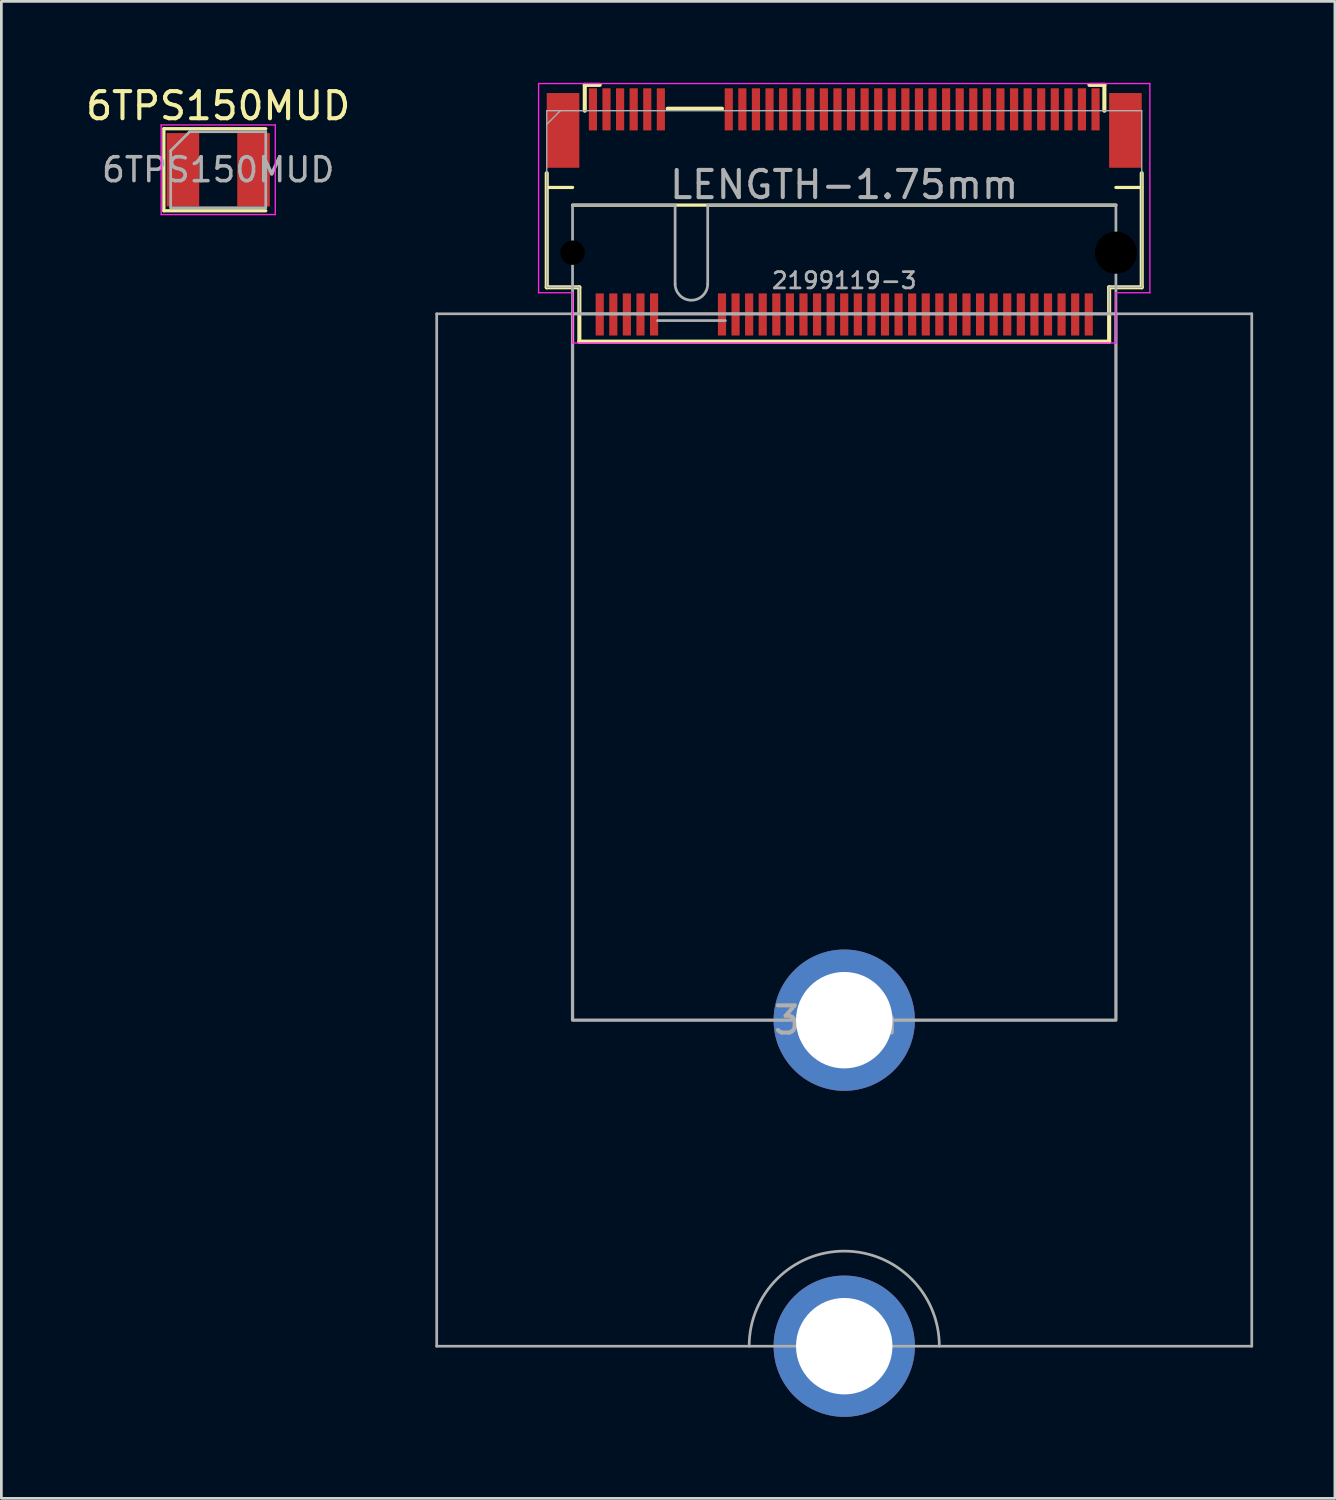
<source format=kicad_pcb>
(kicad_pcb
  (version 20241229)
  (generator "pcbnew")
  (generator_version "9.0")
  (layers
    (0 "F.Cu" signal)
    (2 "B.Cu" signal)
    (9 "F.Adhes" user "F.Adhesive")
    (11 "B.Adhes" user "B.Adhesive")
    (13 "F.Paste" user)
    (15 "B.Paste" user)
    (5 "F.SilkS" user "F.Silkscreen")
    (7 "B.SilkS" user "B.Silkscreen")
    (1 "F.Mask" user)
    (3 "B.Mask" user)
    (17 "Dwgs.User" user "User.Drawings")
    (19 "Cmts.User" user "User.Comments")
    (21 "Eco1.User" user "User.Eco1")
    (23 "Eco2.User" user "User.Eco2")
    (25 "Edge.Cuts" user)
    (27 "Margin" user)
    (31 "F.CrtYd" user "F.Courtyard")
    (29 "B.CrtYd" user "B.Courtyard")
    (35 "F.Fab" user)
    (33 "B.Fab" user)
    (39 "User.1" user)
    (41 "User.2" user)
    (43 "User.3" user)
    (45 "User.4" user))
  (footprint "6TPS150MUD"
    (layer "F.Cu")
    (at 4.982 3.198)
    (property "Reference" "6TPS150MUD" (at 0 -2.35 0) (layer "F.SilkS") (effects (font (size 1 1) (thickness 0.15))))
    (attr smd)
    (fp_line (start -2 -1.51) (end -2 1.51) (stroke (width 0.12) (type solid)) (layer "F.SilkS"))
    (fp_line (start -2 1.51) (end 1.75 1.51) (stroke (width 0.12) (type solid)) (layer "F.SilkS"))
    (fp_line (start 1.75 -1.51) (end -2 -1.51) (stroke (width 0.12) (type solid)) (layer "F.SilkS"))
    (fp_line (start -2.1 -1.65) (end 2.1 -1.65) (stroke (width 0.05) (type solid)) (layer "F.CrtYd"))
    (fp_line (start -2.1 1.65) (end -2.1 -1.65) (stroke (width 0.05) (type solid)) (layer "F.CrtYd"))
    (fp_line (start 2.1 -1.65) (end 2.1 1.65) (stroke (width 0.05) (type solid)) (layer "F.CrtYd"))
    (fp_line (start 2.1 1.65) (end -2.1 1.65) (stroke (width 0.05) (type solid)) (layer "F.CrtYd"))
    (fp_line (start -1.75 -0.7) (end -1.75 1.4) (stroke (width 0.1) (type solid)) (layer "F.Fab"))
    (fp_line (start -1.75 1.4) (end 1.75 1.4) (stroke (width 0.1) (type solid)) (layer "F.Fab"))
    (fp_line (start -1.05 -1.4) (end -1.75 -0.7) (stroke (width 0.1) (type solid)) (layer "F.Fab"))
    (fp_line (start 1.75 -1.4) (end -1.05 -1.4) (stroke (width 0.1) (type solid)) (layer "F.Fab"))
    (fp_line (start 1.75 1.4) (end 1.75 -1.4) (stroke (width 0.1) (type solid)) (layer "F.Fab"))
    (fp_text user "${REFERENCE}" (at 0 0 0) (layer "F.Fab") (effects (font (size 0.88 0.88) (thickness 0.13))))
    (pad "1" smd rect (at -1.3 0) (size 1.2 2.7) (layers "F.Cu" "F.Mask" "F.Paste"))
    (pad "2" smd rect (at 1.3 0) (size 1.2 2.7) (layers "F.Cu" "F.Mask" "F.Paste")))
  (footprint "2199119-3"
    (layer "F.Cu")
    (at 28.024 6.25)
    (property "Reference" "2199119-3" (at 0 1.025 0) (layer "F.Fab") (effects (font (size 0.6 0.6) (thickness 0.1))))
    (attr smd)
    (fp_line (start -10.95 1.275) (end -10.95 -2.925) (stroke (width 0.15) (type solid)) (layer "F.SilkS"))
    (fp_line (start -10 -2.4) (end -10.95 -2.4) (stroke (width 0.12) (type solid)) (layer "F.SilkS"))
    (fp_line (start -10 -1.75) (end 10 -1.75) (stroke (width 0.12) (type default)) (layer "F.SilkS"))
    (fp_line (start -9.75 1.275) (end -10.95 1.275) (stroke (width 0.15) (type solid)) (layer "F.SilkS"))
    (fp_line (start -9.75 3.275) (end -9.75 1.275) (stroke (width 0.15) (type solid)) (layer "F.SilkS"))
    (fp_line (start -9.55 -6.175) (end -9 -6.175) (stroke (width 0.15) (type solid)) (layer "F.SilkS"))
    (fp_line (start -9.55 -5.225) (end -9.55 -6.175) (stroke (width 0.15) (type solid)) (layer "F.SilkS"))
    (fp_line (start -6.5 -5.3) (end -4.5 -5.3) (stroke (width 0.15) (type solid)) (layer "F.SilkS"))
    (fp_line (start 9.025 -6.175) (end 9.575 -6.175) (stroke (width 0.15) (type solid)) (layer "F.SilkS"))
    (fp_line (start 9.575 -5.225) (end 9.575 -6.175) (stroke (width 0.15) (type solid)) (layer "F.SilkS"))
    (fp_line (start 9.75 1.275) (end 9.75 3.275) (stroke (width 0.15) (type solid)) (layer "F.SilkS"))
    (fp_line (start 9.75 3.275) (end -9.75 3.275) (stroke (width 0.15) (type solid)) (layer "F.SilkS"))
    (fp_line (start 10 -2.4) (end 10.95 -2.4) (stroke (width 0.12) (type solid)) (layer "F.SilkS"))
    (fp_line (start 10.95 1.275) (end 9.75 1.275) (stroke (width 0.15) (type solid)) (layer "F.SilkS"))
    (fp_line (start 10.95 1.275) (end 10.95 -2.925) (stroke (width 0.15) (type solid)) (layer "F.SilkS"))
    (fp_line (start -11.25 -6.225) (end 11.25 -6.225) (stroke (width 0.05) (type solid)) (layer "F.CrtYd"))
    (fp_line (start -11.25 1.475) (end -11.25 -6.225) (stroke (width 0.05) (type solid)) (layer "F.CrtYd"))
    (fp_line (start -10 1.475) (end -11.25 1.475) (stroke (width 0.05) (type solid)) (layer "F.CrtYd"))
    (fp_line (start -10 3.325) (end -10 1.475) (stroke (width 0.05) (type solid)) (layer "F.CrtYd"))
    (fp_line (start 10 1.475) (end 10 3.325) (stroke (width 0.05) (type solid)) (layer "F.CrtYd"))
    (fp_line (start 10 3.325) (end -10 3.325) (stroke (width 0.05) (type solid)) (layer "F.CrtYd"))
    (fp_line (start 11.25 -6.225) (end 11.25 1.475) (stroke (width 0.05) (type solid)) (layer "F.CrtYd"))
    (fp_line (start 11.25 1.475) (end 10 1.475) (stroke (width 0.05) (type solid)) (layer "F.CrtYd"))
    (fp_line (start -15 2.25) (end -15 40.25) (stroke (width 0.1) (type solid)) (layer "F.Fab"))
    (fp_line (start -10.95 -5.225) (end -10.95 1.275) (stroke (width 0.05) (type solid)) (layer "F.Fab"))
    (fp_line (start -10.95 -5.225) (end 10.95 -5.225) (stroke (width 0.05) (type solid)) (layer "F.Fab"))
    (fp_line (start -10.95 -4.725) (end -10.45 -5.225) (stroke (width 0.05) (type solid)) (layer "F.Fab"))
    (fp_line (start -10.95 1.275) (end -9.75 1.275) (stroke (width 0.05) (type solid)) (layer "F.Fab"))
    (fp_line (start -10 -1.75) (end -10 2.25) (stroke (width 0.1) (type solid)) (layer "F.Fab"))
    (fp_line (start -10 2.25) (end -15 2.25) (stroke (width 0.1) (type solid)) (layer "F.Fab"))
    (fp_line (start -9.75 1.275) (end -9.75 2.275) (stroke (width 0.05) (type solid)) (layer "F.Fab"))
    (fp_line (start -9.75 2.275) (end 9.75 2.275) (stroke (width 0.05) (type solid)) (layer "F.Fab"))
    (fp_line (start -6.875 2.5) (end -4.375 2.5) (stroke (width 0.1) (type solid)) (layer "F.Fab"))
    (fp_line (start -6.225 -1.75) (end -10 -1.75) (stroke (width 0.1) (type solid)) (layer "F.Fab"))
    (fp_line (start -6.225 1.15) (end -6.225 -1.75) (stroke (width 0.1) (type solid)) (layer "F.Fab"))
    (fp_line (start -5.025 -1.75) (end -5.025 1.15) (stroke (width 0.1) (type solid)) (layer "F.Fab"))
    (fp_line (start -5.025 -1.75) (end 10 -1.75) (stroke (width 0.1) (type solid)) (layer "F.Fab"))
    (fp_line (start 9.75 1.275) (end 9.75 2.275) (stroke (width 0.05) (type solid)) (layer "F.Fab"))
    (fp_line (start 10 -1.75) (end 10 2.25) (stroke (width 0.1) (type solid)) (layer "F.Fab"))
    (fp_line (start 10 2.25) (end 15 2.25) (stroke (width 0.1) (type solid)) (layer "F.Fab"))
    (fp_line (start 10.95 1.275) (end 9.75 1.275) (stroke (width 0.05) (type solid)) (layer "F.Fab"))
    (fp_line (start 10.95 1.275) (end 10.95 -5.225) (stroke (width 0.05) (type solid)) (layer "F.Fab"))
    (fp_line (start 15 2.25) (end 15 40.25) (stroke (width 0.1) (type solid)) (layer "F.Fab"))
    (fp_line (start 15 40.25) (end -15 40.25) (stroke (width 0.1) (type solid)) (layer "F.Fab"))
    (fp_rect (start -10 2.25) (end 10 28.25) (stroke (width 0.12) (type solid)) (fill no) (layer "F.Fab"))
    (fp_arc (start -5.025 1.15) (mid -5.625 1.75) (end -6.225 1.15) (stroke (width 0.1) (type solid)) (layer "F.Fab"))
    (fp_arc (start -3.5 40.25) (mid 0 36.75) (end 3.5 40.25) (stroke (width 0.1) (type solid)) (layer "F.Fab"))
    (fp_rect (start -15 2.25) (end 15 40.25) (stroke (width 0.12) (type solid)) (fill no) (layer "User.2"))
    (fp_text user "30mm" (at -0.3 28.25 0) (unlocked yes) (layer "F.Fab") (effects (font (size 1 1) (thickness 0.15))))
    (fp_text user "LENGTH-1.75mm" (at 0 -2.5 0) (layer "F.Fab") (effects (font (size 1 1) (thickness 0.15))))
    (fp_text user "42mm" (at 0 40.1 0) (unlocked yes) (layer "User.1") (effects (font (size 1 1) (thickness 0.15))))
    (pad "" np_thru_hole circle (at -10 0) (size 1 1) (drill 0.9) (layers "*.Mask"))
    (pad "" np_thru_hole circle (at 10 0) (size 1.65 1.65) (drill 1.55) (layers "*.Mask"))
    (pad "1" smd rect (at -9.25 -5.275) (size 0.3 1.55) (layers "F.Cu" "F.Mask" "F.Paste"))
    (pad "2" smd rect (at -9 2.275) (size 0.3 1.55) (layers "F.Cu" "F.Mask" "F.Paste"))
    (pad "3" smd rect (at -8.75 -5.275) (size 0.3 1.55) (layers "F.Cu" "F.Mask" "F.Paste"))
    (pad "4" smd rect (at -8.5 2.275) (size 0.3 1.55) (layers "F.Cu" "F.Mask" "F.Paste"))
    (pad "5" smd rect (at -8.25 -5.275) (size 0.3 1.55) (layers "F.Cu" "F.Mask" "F.Paste"))
    (pad "6" smd rect (at -8 2.275) (size 0.3 1.55) (layers "F.Cu" "F.Mask" "F.Paste"))
    (pad "7" smd rect (at -7.75 -5.275) (size 0.3 1.55) (layers "F.Cu" "F.Mask" "F.Paste"))
    (pad "8" smd rect (at -7.5 2.275) (size 0.3 1.55) (layers "F.Cu" "F.Mask" "F.Paste"))
    (pad "9" smd rect (at -7.25 -5.275) (size 0.3 1.55) (layers "F.Cu" "F.Mask" "F.Paste"))
    (pad "10" smd rect (at -7 2.275) (size 0.3 1.55) (layers "F.Cu" "F.Mask" "F.Paste"))
    (pad "11" smd rect (at -6.75 -5.275) (size 0.3 1.55) (layers "F.Cu" "F.Mask" "F.Paste"))
    (pad "20" smd rect (at -4.5 2.275) (size 0.3 1.55) (layers "F.Cu" "F.Mask" "F.Paste"))
    (pad "21" smd rect (at -4.25 -5.275) (size 0.3 1.55) (layers "F.Cu" "F.Mask" "F.Paste"))
    (pad "22" smd rect (at -4 2.275) (size 0.3 1.55) (layers "F.Cu" "F.Mask" "F.Paste"))
    (pad "23" smd rect (at -3.75 -5.275) (size 0.3 1.55) (layers "F.Cu" "F.Mask" "F.Paste"))
    (pad "24" smd rect (at -3.5 2.275) (size 0.3 1.55) (layers "F.Cu" "F.Mask" "F.Paste"))
    (pad "25" smd rect (at -3.25 -5.275) (size 0.3 1.55) (layers "F.Cu" "F.Mask" "F.Paste"))
    (pad "26" smd rect (at -3 2.275) (size 0.3 1.55) (layers "F.Cu" "F.Mask" "F.Paste"))
    (pad "27" smd rect (at -2.75 -5.275) (size 0.3 1.55) (layers "F.Cu" "F.Mask" "F.Paste"))
    (pad "28" smd rect (at -2.5 2.275) (size 0.3 1.55) (layers "F.Cu" "F.Mask" "F.Paste"))
    (pad "29" smd rect (at -2.25 -5.275) (size 0.3 1.55) (layers "F.Cu" "F.Mask" "F.Paste"))
    (pad "30" smd rect (at -2 2.275) (size 0.3 1.55) (layers "F.Cu" "F.Mask" "F.Paste"))
    (pad "31" smd rect (at -1.75 -5.275) (size 0.3 1.55) (layers "F.Cu" "F.Mask" "F.Paste"))
    (pad "32" smd rect (at -1.5 2.275) (size 0.3 1.55) (layers "F.Cu" "F.Mask" "F.Paste"))
    (pad "33" smd rect (at -1.25 -5.275) (size 0.3 1.55) (layers "F.Cu" "F.Mask" "F.Paste"))
    (pad "34" smd rect (at -1 2.275) (size 0.3 1.55) (layers "F.Cu" "F.Mask" "F.Paste"))
    (pad "35" smd rect (at -0.75 -5.275) (size 0.3 1.55) (layers "F.Cu" "F.Mask" "F.Paste"))
    (pad "36" smd rect (at -0.5 2.275) (size 0.3 1.55) (layers "F.Cu" "F.Mask" "F.Paste"))
    (pad "37" smd rect (at -0.25 -5.275) (size 0.3 1.55) (layers "F.Cu" "F.Mask" "F.Paste"))
    (pad "38" smd rect (at 0 2.275) (size 0.3 1.55) (layers "F.Cu" "F.Mask" "F.Paste"))
    (pad "39" smd rect (at 0.25 -5.275) (size 0.3 1.55) (layers "F.Cu" "F.Mask" "F.Paste"))
    (pad "40" smd rect (at 0.5 2.275) (size 0.3 1.55) (layers "F.Cu" "F.Mask" "F.Paste"))
    (pad "41" smd rect (at 0.75 -5.275) (size 0.3 1.55) (layers "F.Cu" "F.Mask" "F.Paste"))
    (pad "42" smd rect (at 1 2.275) (size 0.3 1.55) (layers "F.Cu" "F.Mask" "F.Paste"))
    (pad "43" smd rect (at 1.25 -5.275) (size 0.3 1.55) (layers "F.Cu" "F.Mask" "F.Paste"))
    (pad "44" smd rect (at 1.5 2.275) (size 0.3 1.55) (layers "F.Cu" "F.Mask" "F.Paste"))
    (pad "45" smd rect (at 1.75 -5.275) (size 0.3 1.55) (layers "F.Cu" "F.Mask" "F.Paste"))
    (pad "46" smd rect (at 2 2.275) (size 0.3 1.55) (layers "F.Cu" "F.Mask" "F.Paste"))
    (pad "47" smd rect (at 2.25 -5.275) (size 0.3 1.55) (layers "F.Cu" "F.Mask" "F.Paste"))
    (pad "48" smd rect (at 2.5 2.275) (size 0.3 1.55) (layers "F.Cu" "F.Mask" "F.Paste"))
    (pad "49" smd rect (at 2.75 -5.275) (size 0.3 1.55) (layers "F.Cu" "F.Mask" "F.Paste"))
    (pad "50" smd rect (at 3 2.275) (size 0.3 1.55) (layers "F.Cu" "F.Mask" "F.Paste"))
    (pad "51" smd rect (at 3.25 -5.275) (size 0.3 1.55) (layers "F.Cu" "F.Mask" "F.Paste"))
    (pad "52" smd rect (at 3.5 2.275) (size 0.3 1.55) (layers "F.Cu" "F.Mask" "F.Paste"))
    (pad "53" smd rect (at 3.75 -5.275) (size 0.3 1.55) (layers "F.Cu" "F.Mask" "F.Paste"))
    (pad "54" smd rect (at 4 2.275) (size 0.3 1.55) (layers "F.Cu" "F.Mask" "F.Paste"))
    (pad "55" smd rect (at 4.25 -5.275) (size 0.3 1.55) (layers "F.Cu" "F.Mask" "F.Paste"))
    (pad "56" smd rect (at 4.5 2.275) (size 0.3 1.55) (layers "F.Cu" "F.Mask" "F.Paste"))
    (pad "57" smd rect (at 4.75 -5.275) (size 0.3 1.55) (layers "F.Cu" "F.Mask" "F.Paste"))
    (pad "58" smd rect (at 5 2.275) (size 0.3 1.55) (layers "F.Cu" "F.Mask" "F.Paste"))
    (pad "59" smd rect (at 5.25 -5.275) (size 0.3 1.55) (layers "F.Cu" "F.Mask" "F.Paste"))
    (pad "60" smd rect (at 5.5 2.275) (size 0.3 1.55) (layers "F.Cu" "F.Mask" "F.Paste"))
    (pad "61" smd rect (at 5.75 -5.275) (size 0.3 1.55) (layers "F.Cu" "F.Mask" "F.Paste"))
    (pad "62" smd rect (at 6 2.275) (size 0.3 1.55) (layers "F.Cu" "F.Mask" "F.Paste"))
    (pad "63" smd rect (at 6.25 -5.275) (size 0.3 1.55) (layers "F.Cu" "F.Mask" "F.Paste"))
    (pad "64" smd rect (at 6.5 2.275) (size 0.3 1.55) (layers "F.Cu" "F.Mask" "F.Paste"))
    (pad "65" smd rect (at 6.75 -5.275) (size 0.3 1.55) (layers "F.Cu" "F.Mask" "F.Paste"))
    (pad "66" smd rect (at 7 2.275) (size 0.3 1.55) (layers "F.Cu" "F.Mask" "F.Paste"))
    (pad "67" smd rect (at 7.25 -5.275) (size 0.3 1.55) (layers "F.Cu" "F.Mask" "F.Paste"))
    (pad "68" smd rect (at 7.5 2.275) (size 0.3 1.55) (layers "F.Cu" "F.Mask" "F.Paste"))
    (pad "69" smd rect (at 7.75 -5.275) (size 0.3 1.55) (layers "F.Cu" "F.Mask" "F.Paste"))
    (pad "70" smd rect (at 8 2.275) (size 0.3 1.55) (layers "F.Cu" "F.Mask" "F.Paste"))
    (pad "71" smd rect (at 8.25 -5.275) (size 0.3 1.55) (layers "F.Cu" "F.Mask" "F.Paste"))
    (pad "72" smd rect (at 8.5 2.275) (size 0.3 1.55) (layers "F.Cu" "F.Mask" "F.Paste"))
    (pad "73" smd rect (at 8.75 -5.275) (size 0.3 1.55) (layers "F.Cu" "F.Mask" "F.Paste"))
    (pad "74" smd rect (at 9 2.275) (size 0.3 1.55) (layers "F.Cu" "F.Mask" "F.Paste"))
    (pad "75" smd rect (at 9.25 -5.275) (size 0.3 1.55) (layers "F.Cu" "F.Mask" "F.Paste"))
    (pad "MP" smd rect (at -10.35 -4.5) (size 1.2 2.75) (layers "F.Cu" "F.Mask" "F.Paste"))
    (pad "MP" thru_hole circle (at 0 28.25) (size 5.2 5.2) (drill 3.55) (layers "*.Cu" "*.Mask"))
    (pad "MP" thru_hole circle (at 0 40.25) (size 5.2 5.2) (drill 3.55) (layers "*.Cu" "*.Mask"))
    (pad "MP" smd rect (at 10.35 -4.5) (size 1.2 2.75) (layers "F.Cu" "F.Mask" "F.Paste")))
  (gr_rect
    (start -3 -3)
    (end 46.084 52.1)
    (stroke (width 0.1) (type default))
    (fill no)
    (layer "Edge.Cuts")))
</source>
